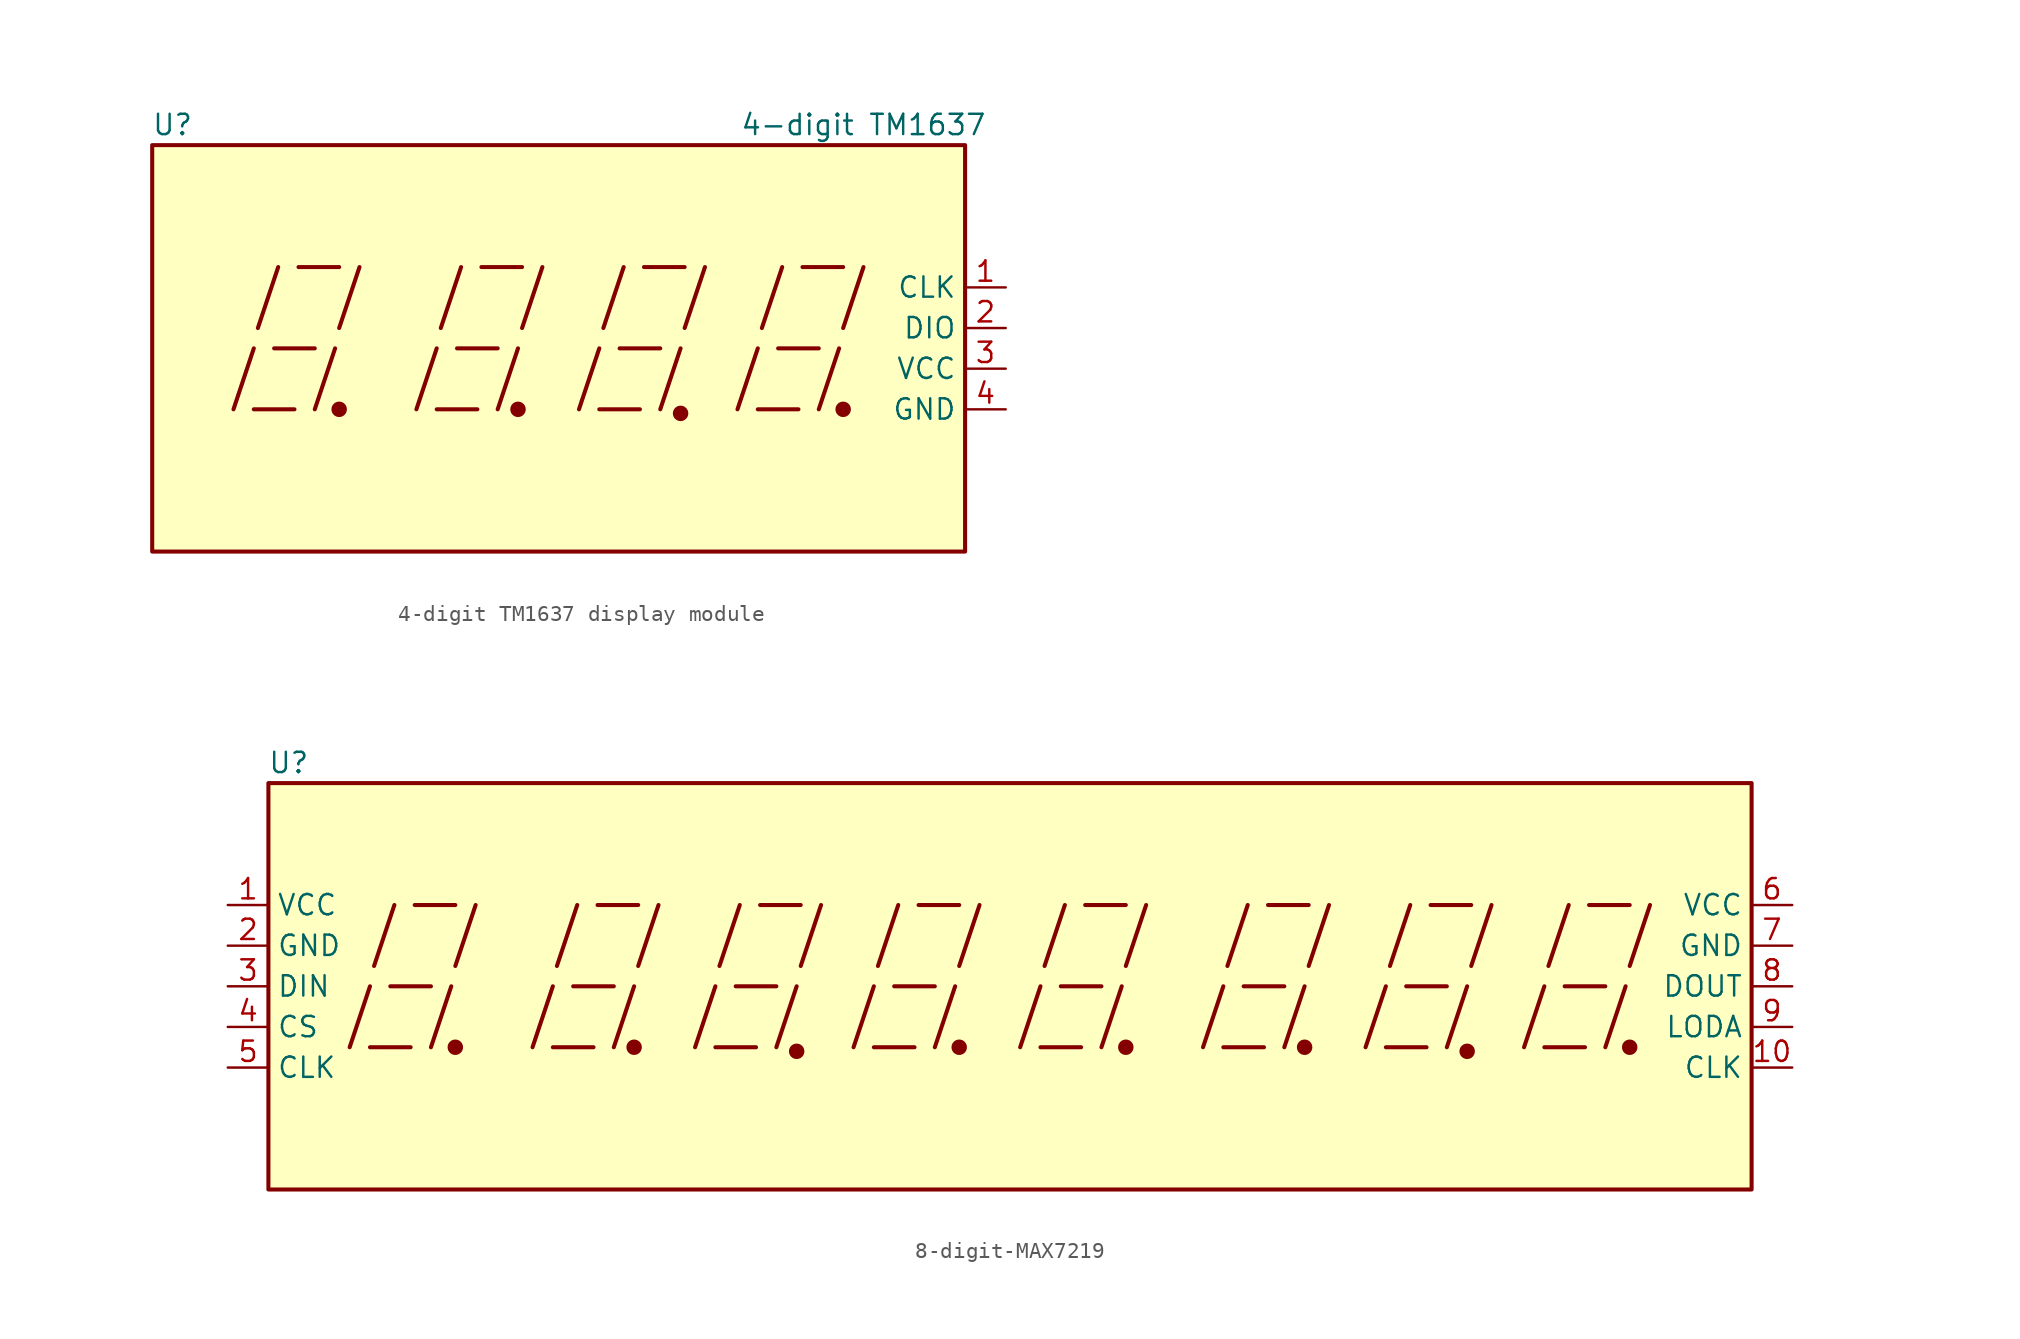
<source format=kicad_sym>
(kicad_symbol_lib
  (version 20231120)
  (generator "kicad_symbol_editor")
  (generator_version "8.0")
  (symbol "4-digit TM1637 display module"
    (property "Reference" "U"
      (at -24.13 13.97 0)
      (effects (font (size 1.27 1.27))))
    (property "Value" "4-digit TM1637"
      (at 19.05 13.97 0)
      (effects (font (size 1.27 1.27))))
    (symbol "4-digit TM1637 display module_0_0"
      (rectangle (start -25.4 12.7) (end 25.4 -12.7) (stroke (width 0.254) (type default)) (fill (type background)))
      (polyline (pts (xy -20.32 -3.81) (xy -19.05 0)) (stroke (width 0.254) (type default)) (fill (type none)))
      (polyline (pts (xy -19.05 -3.81) (xy -16.51 -3.81)) (stroke (width 0.254) (type default)) (fill (type none)))
      (polyline (pts (xy -18.796 1.27) (xy -17.526 5.08)) (stroke (width 0.254) (type default)) (fill (type none)))
      (polyline (pts (xy -17.78 0) (xy -15.24 0)) (stroke (width 0.254) (type default)) (fill (type none)))
      (polyline (pts (xy -16.256 5.08) (xy -13.716 5.08)) (stroke (width 0.254) (type default)) (fill (type none)))
      (polyline (pts (xy -15.24 -3.81) (xy -13.97 0)) (stroke (width 0.254) (type default)) (fill (type none)))
      (polyline (pts (xy -13.716 1.27) (xy -12.446 5.08)) (stroke (width 0.254) (type default)) (fill (type none)))
      (polyline (pts (xy -8.89 -3.81) (xy -7.62 0)) (stroke (width 0.254) (type default)) (fill (type none)))
      (polyline (pts (xy -7.62 -3.81) (xy -5.08 -3.81)) (stroke (width 0.254) (type default)) (fill (type none)))
      (polyline (pts (xy -7.366 1.27) (xy -6.096 5.08)) (stroke (width 0.254) (type default)) (fill (type none)))
      (polyline (pts (xy -6.35 0) (xy -3.81 0)) (stroke (width 0.254) (type default)) (fill (type none)))
      (polyline (pts (xy -4.826 5.08) (xy -2.286 5.08)) (stroke (width 0.254) (type default)) (fill (type none)))
      (polyline (pts (xy -3.81 -3.81) (xy -2.54 0)) (stroke (width 0.254) (type default)) (fill (type none)))
      (polyline (pts (xy -2.286 1.27) (xy -1.016 5.08)) (stroke (width 0.254) (type default)) (fill (type none)))
      (polyline (pts (xy 1.27 -3.81) (xy 2.54 0)) (stroke (width 0.254) (type default)) (fill (type none)))
      (polyline (pts (xy 2.54 -3.81) (xy 5.08 -3.81)) (stroke (width 0.254) (type default)) (fill (type none)))
      (polyline (pts (xy 2.794 1.27) (xy 4.064 5.08)) (stroke (width 0.254) (type default)) (fill (type none)))
      (polyline (pts (xy 3.81 0) (xy 6.35 0)) (stroke (width 0.254) (type default)) (fill (type none)))
      (polyline (pts (xy 5.334 5.08) (xy 7.874 5.08)) (stroke (width 0.254) (type default)) (fill (type none)))
      (polyline (pts (xy 6.35 -3.81) (xy 7.62 0)) (stroke (width 0.254) (type default)) (fill (type none)))
      (polyline (pts (xy 7.874 1.27) (xy 9.144 5.08)) (stroke (width 0.254) (type default)) (fill (type none)))
      (polyline (pts (xy 11.176 -3.81) (xy 12.446 0)) (stroke (width 0.254) (type default)) (fill (type none)))
      (polyline (pts (xy 12.446 -3.81) (xy 14.986 -3.81)) (stroke (width 0.254) (type default)) (fill (type none)))
      (polyline (pts (xy 12.7 1.27) (xy 13.97 5.08)) (stroke (width 0.254) (type default)) (fill (type none)))
      (polyline (pts (xy 13.716 0) (xy 16.256 0)) (stroke (width 0.254) (type default)) (fill (type none)))
      (polyline (pts (xy 15.24 5.08) (xy 17.78 5.08)) (stroke (width 0.254) (type default)) (fill (type none)))
      (polyline (pts (xy 16.256 -3.81) (xy 17.526 0)) (stroke (width 0.254) (type default)) (fill (type none)))
      (polyline (pts (xy 17.78 1.27) (xy 19.05 5.08)) (stroke (width 0.254) (type default)) (fill (type none)))
      (pin input line (at 27.94 3.81 180) (length 2.54) (name "CLK" (effects (font (size 1.27 1.27)))) (number "1" (effects (font (size 1.27 1.27)))))
      (pin input line (at 27.94 1.27 180) (length 2.54) (name "DIO" (effects (font (size 1.27 1.27)))) (number "2" (effects (font (size 1.27 1.27)))))
      (pin power_in line (at 27.94 -1.27 180) (length 2.54) (name "VCC" (effects (font (size 1.27 1.27)))) (number "3" (effects (font (size 1.27 1.27)))))
      (pin passive line (at 27.94 -3.81 180) (length 2.54) (name "GND" (effects (font (size 1.27 1.27)))) (number "4" (effects (font (size 1.27 1.27))))))
    (symbol "4-digit TM1637 display module_0_1"
      (circle (center -13.716 -3.81) (radius 0.356) (stroke (width 0.254) (type default)) (fill (type outline)))
      (circle (center -2.54 -3.81) (radius 0.356) (stroke (width 0.254) (type default)) (fill (type outline))))
    (symbol "4-digit TM1637 display module_1_0"
      (circle (center 7.62 -4.064) (radius 0.356) (stroke (width 0.254) (type default)) (fill (type outline)))
      (circle (center 17.78 -3.81) (radius 0.356) (stroke (width 0.254) (type default)) (fill (type outline)))))
  (symbol "8-digit-MAX7219"
    (property "Reference" "U"
      (at -44.45 13.97 0)
      (effects (font (size 1.27 1.27))))
    (property "Value" ""
      (at -1.27 13.97 0)
      (effects (font (size 1.27 1.27))))
    (symbol "8-digit-MAX7219_0_0"
      (rectangle (start -45.72 12.7) (end 46.99 -12.7) (stroke (width 0.254) (type default)) (fill (type background)))
      (polyline (pts (xy -40.64 -3.81) (xy -39.37 0)) (stroke (width 0.254) (type default)) (fill (type none)))
      (polyline (pts (xy -39.37 -3.81) (xy -36.83 -3.81)) (stroke (width 0.254) (type default)) (fill (type none)))
      (polyline (pts (xy -39.116 1.27) (xy -37.846 5.08)) (stroke (width 0.254) (type default)) (fill (type none)))
      (polyline (pts (xy -38.1 0) (xy -35.56 0)) (stroke (width 0.254) (type default)) (fill (type none)))
      (polyline (pts (xy -36.576 5.08) (xy -34.036 5.08)) (stroke (width 0.254) (type default)) (fill (type none)))
      (polyline (pts (xy -35.56 -3.81) (xy -34.29 0)) (stroke (width 0.254) (type default)) (fill (type none)))
      (polyline (pts (xy -34.036 1.27) (xy -32.766 5.08)) (stroke (width 0.254) (type default)) (fill (type none)))
      (polyline (pts (xy -29.21 -3.81) (xy -27.94 0)) (stroke (width 0.254) (type default)) (fill (type none)))
      (polyline (pts (xy -27.94 -3.81) (xy -25.4 -3.81)) (stroke (width 0.254) (type default)) (fill (type none)))
      (polyline (pts (xy -27.686 1.27) (xy -26.416 5.08)) (stroke (width 0.254) (type default)) (fill (type none)))
      (polyline (pts (xy -26.67 0) (xy -24.13 0)) (stroke (width 0.254) (type default)) (fill (type none)))
      (polyline (pts (xy -25.146 5.08) (xy -22.606 5.08)) (stroke (width 0.254) (type default)) (fill (type none)))
      (polyline (pts (xy -24.13 -3.81) (xy -22.86 0)) (stroke (width 0.254) (type default)) (fill (type none)))
      (polyline (pts (xy -22.606 1.27) (xy -21.336 5.08)) (stroke (width 0.254) (type default)) (fill (type none)))
      (polyline (pts (xy -19.05 -3.81) (xy -17.78 0)) (stroke (width 0.254) (type default)) (fill (type none)))
      (polyline (pts (xy -17.78 -3.81) (xy -15.24 -3.81)) (stroke (width 0.254) (type default)) (fill (type none)))
      (polyline (pts (xy -17.526 1.27) (xy -16.256 5.08)) (stroke (width 0.254) (type default)) (fill (type none)))
      (polyline (pts (xy -16.51 0) (xy -13.97 0)) (stroke (width 0.254) (type default)) (fill (type none)))
      (polyline (pts (xy -14.986 5.08) (xy -12.446 5.08)) (stroke (width 0.254) (type default)) (fill (type none)))
      (polyline (pts (xy -13.97 -3.81) (xy -12.7 0)) (stroke (width 0.254) (type default)) (fill (type none)))
      (polyline (pts (xy -12.446 1.27) (xy -11.176 5.08)) (stroke (width 0.254) (type default)) (fill (type none)))
      (polyline (pts (xy -9.144 -3.81) (xy -7.874 0)) (stroke (width 0.254) (type default)) (fill (type none)))
      (polyline (pts (xy -7.874 -3.81) (xy -5.334 -3.81)) (stroke (width 0.254) (type default)) (fill (type none)))
      (polyline (pts (xy -7.62 1.27) (xy -6.35 5.08)) (stroke (width 0.254) (type default)) (fill (type none)))
      (polyline (pts (xy -6.604 0) (xy -4.064 0)) (stroke (width 0.254) (type default)) (fill (type none)))
      (polyline (pts (xy -5.08 5.08) (xy -2.54 5.08)) (stroke (width 0.254) (type default)) (fill (type none)))
      (polyline (pts (xy -4.064 -3.81) (xy -2.794 0)) (stroke (width 0.254) (type default)) (fill (type none)))
      (polyline (pts (xy -2.54 1.27) (xy -1.27 5.08)) (stroke (width 0.254) (type default)) (fill (type none)))
      (polyline (pts (xy 1.27 -3.81) (xy 2.54 0)) (stroke (width 0.254) (type default)) (fill (type none)))
      (polyline (pts (xy 2.54 -3.81) (xy 5.08 -3.81)) (stroke (width 0.254) (type default)) (fill (type none)))
      (polyline (pts (xy 2.794 1.27) (xy 4.064 5.08)) (stroke (width 0.254) (type default)) (fill (type none)))
      (polyline (pts (xy 3.81 0) (xy 6.35 0)) (stroke (width 0.254) (type default)) (fill (type none)))
      (polyline (pts (xy 5.334 5.08) (xy 7.874 5.08)) (stroke (width 0.254) (type default)) (fill (type none)))
      (polyline (pts (xy 6.35 -3.81) (xy 7.62 0)) (stroke (width 0.254) (type default)) (fill (type none)))
      (polyline (pts (xy 7.874 1.27) (xy 9.144 5.08)) (stroke (width 0.254) (type default)) (fill (type none)))
      (polyline (pts (xy 12.7 -3.81) (xy 13.97 0)) (stroke (width 0.254) (type default)) (fill (type none)))
      (polyline (pts (xy 13.97 -3.81) (xy 16.51 -3.81)) (stroke (width 0.254) (type default)) (fill (type none)))
      (polyline (pts (xy 14.224 1.27) (xy 15.494 5.08)) (stroke (width 0.254) (type default)) (fill (type none)))
      (polyline (pts (xy 15.24 0) (xy 17.78 0)) (stroke (width 0.254) (type default)) (fill (type none)))
      (polyline (pts (xy 16.764 5.08) (xy 19.304 5.08)) (stroke (width 0.254) (type default)) (fill (type none)))
      (polyline (pts (xy 17.78 -3.81) (xy 19.05 0)) (stroke (width 0.254) (type default)) (fill (type none)))
      (polyline (pts (xy 19.304 1.27) (xy 20.574 5.08)) (stroke (width 0.254) (type default)) (fill (type none)))
      (polyline (pts (xy 22.86 -3.81) (xy 24.13 0)) (stroke (width 0.254) (type default)) (fill (type none)))
      (polyline (pts (xy 24.13 -3.81) (xy 26.67 -3.81)) (stroke (width 0.254) (type default)) (fill (type none)))
      (polyline (pts (xy 24.384 1.27) (xy 25.654 5.08)) (stroke (width 0.254) (type default)) (fill (type none)))
      (polyline (pts (xy 25.4 0) (xy 27.94 0)) (stroke (width 0.254) (type default)) (fill (type none)))
      (polyline (pts (xy 26.924 5.08) (xy 29.464 5.08)) (stroke (width 0.254) (type default)) (fill (type none)))
      (polyline (pts (xy 27.94 -3.81) (xy 29.21 0)) (stroke (width 0.254) (type default)) (fill (type none)))
      (polyline (pts (xy 29.464 1.27) (xy 30.734 5.08)) (stroke (width 0.254) (type default)) (fill (type none)))
      (polyline (pts (xy 32.766 -3.81) (xy 34.036 0)) (stroke (width 0.254) (type default)) (fill (type none)))
      (polyline (pts (xy 34.036 -3.81) (xy 36.576 -3.81)) (stroke (width 0.254) (type default)) (fill (type none)))
      (polyline (pts (xy 34.29 1.27) (xy 35.56 5.08)) (stroke (width 0.254) (type default)) (fill (type none)))
      (polyline (pts (xy 35.306 0) (xy 37.846 0)) (stroke (width 0.254) (type default)) (fill (type none)))
      (polyline (pts (xy 36.83 5.08) (xy 39.37 5.08)) (stroke (width 0.254) (type default)) (fill (type none)))
      (polyline (pts (xy 37.846 -3.81) (xy 39.116 0)) (stroke (width 0.254) (type default)) (fill (type none)))
      (polyline (pts (xy 39.37 1.27) (xy 40.64 5.08)) (stroke (width 0.254) (type default)) (fill (type none)))
      (pin power_in line (at -48.26 5.08 0) (length 2.54) (name "VCC" (effects (font (size 1.27 1.27)))) (number "1" (effects (font (size 1.27 1.27)))))
      (pin output line (at 49.53 -5.08 180) (length 2.54) (name "CLK" (effects (font (size 1.27 1.27)))) (number "10" (effects (font (size 1.27 1.27)))))
      (pin passive line (at -48.26 2.54 0) (length 2.54) (name "GND" (effects (font (size 1.27 1.27)))) (number "2" (effects (font (size 1.27 1.27)))))
      (pin input line (at -48.26 0 0) (length 2.54) (name "DIN" (effects (font (size 1.27 1.27)))) (number "3" (effects (font (size 1.27 1.27)))))
      (pin input line (at -48.26 -2.54 0) (length 2.54) (name "CS" (effects (font (size 1.27 1.27)))) (number "4" (effects (font (size 1.27 1.27)))))
      (pin input line (at -48.26 -5.08 0) (length 2.54) (name "CLK" (effects (font (size 1.27 1.27)))) (number "5" (effects (font (size 1.27 1.27)))))
      (pin power_out line (at 49.53 5.08 180) (length 2.54) (name "VCC" (effects (font (size 1.27 1.27)))) (number "6" (effects (font (size 1.27 1.27)))))
      (pin passive line (at 49.53 2.54 180) (length 2.54) (name "GND" (effects (font (size 1.27 1.27)))) (number "7" (effects (font (size 1.27 1.27)))))
      (pin output line (at 49.53 0 180) (length 2.54) (name "DOUT" (effects (font (size 1.27 1.27)))) (number "8" (effects (font (size 1.27 1.27)))))
      (pin output line (at 49.53 -2.54 180) (length 2.54) (name "LODA" (effects (font (size 1.27 1.27)))) (number "9" (effects (font (size 1.27 1.27))))))
    (symbol "8-digit-MAX7219_0_1"
      (circle (center -34.036 -3.81) (radius 0.356) (stroke (width 0.254) (type default)) (fill (type outline)))
      (circle (center -22.86 -3.81) (radius 0.356) (stroke (width 0.254) (type default)) (fill (type outline)))
      (circle (center 7.874 -3.81) (radius 0.356) (stroke (width 0.254) (type default)) (fill (type outline)))
      (circle (center 19.05 -3.81) (radius 0.356) (stroke (width 0.254) (type default)) (fill (type outline))))
    (symbol "8-digit-MAX7219_1_0"
      (circle (center -12.7 -4.064) (radius 0.356) (stroke (width 0.254) (type default)) (fill (type outline)))
      (circle (center -2.54 -3.81) (radius 0.356) (stroke (width 0.254) (type default)) (fill (type outline)))
      (circle (center 29.21 -4.064) (radius 0.356) (stroke (width 0.254) (type default)) (fill (type outline)))
      (circle (center 39.37 -3.81) (radius 0.356) (stroke (width 0.254) (type default)) (fill (type outline))))))
</source>
